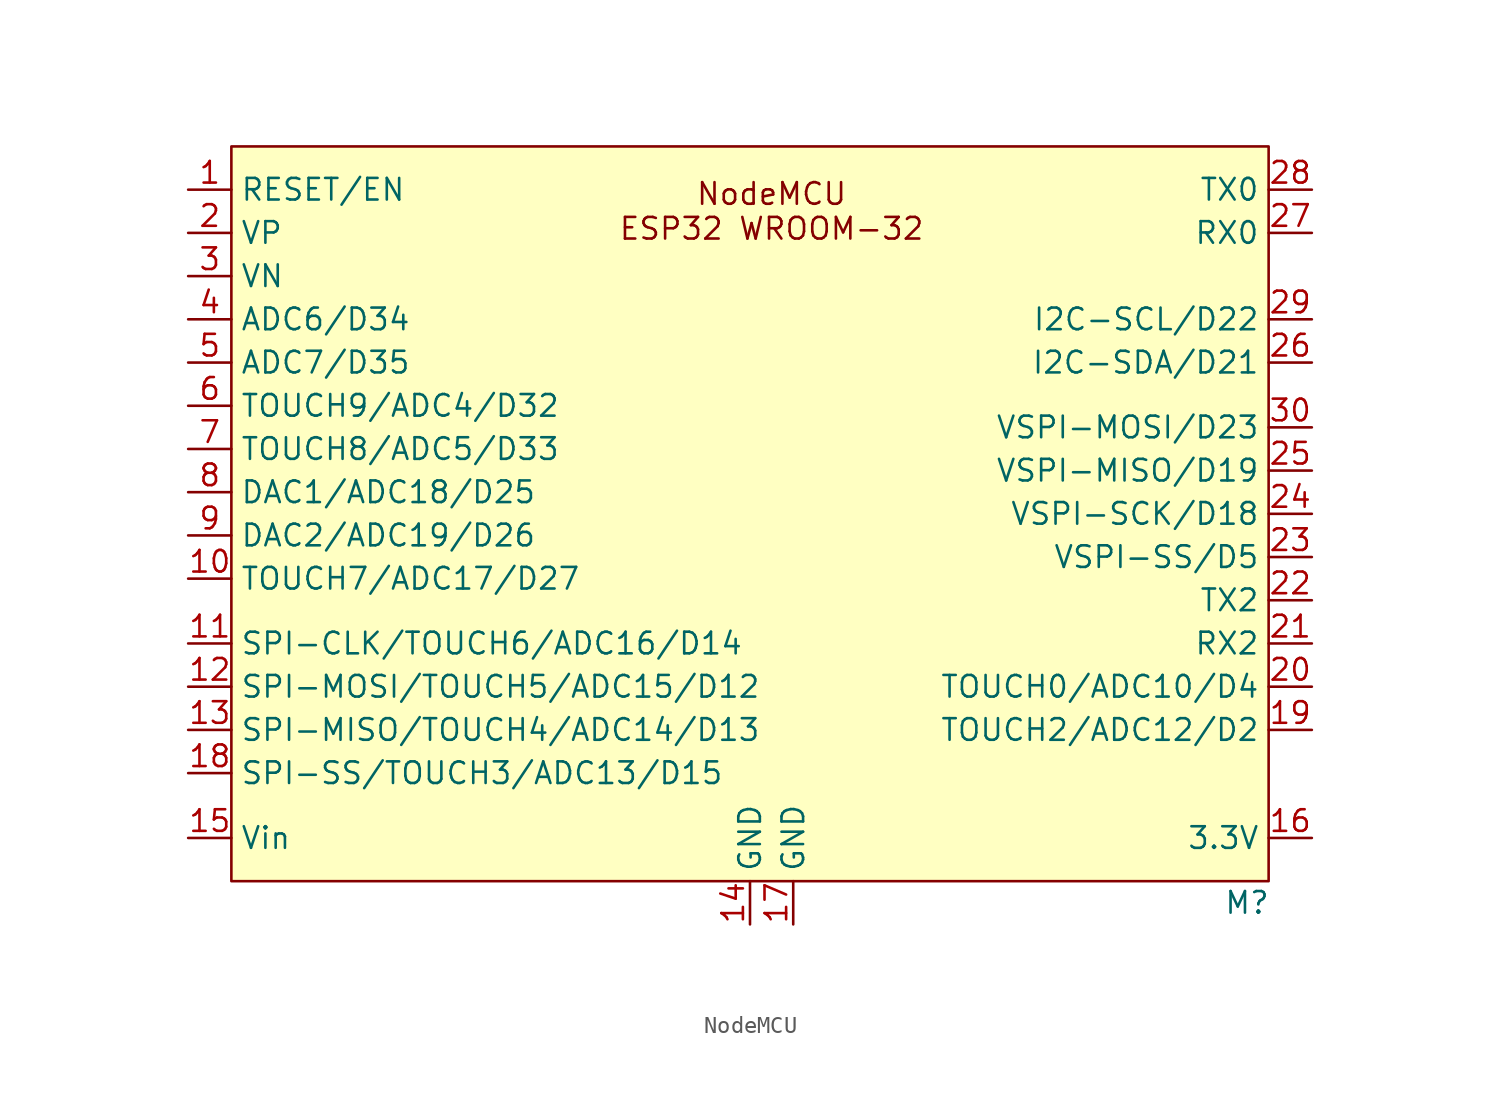
<source format=kicad_sym>
(kicad_symbol_lib
  (version 20220914)
  (generator kicad_symbol_editor)
  (symbol "NodeMCU"
    (property "Reference" "M"
      (at 27.94 -26.67 0)
      (effects (font (size 1.27 1.27))))
    (property "Value" ""
      (at 0 0 0)
      (effects (font (size 1.27 1.27))))
    (symbol "NodeMCU_1_1"
      (rectangle (start -31.75 17.78) (end 29.21 -25.4) (stroke (width 0) (type default)) (fill (type background)))
      (text "NodeMCU\nESP32 WROOM-32" (at 0 13.97 0) (effects (font (size 1.27 1.27))))
      (pin input line (at -34.29 15.24 0) (length 2.54) (name "RESET/EN" (effects (font (size 1.27 1.27)))) (number "1" (effects (font (size 1.27 1.27)))))
      (pin bidirectional line (at -34.29 -7.62 0) (length 2.54) (name "TOUCH7/ADC17/D27" (effects (font (size 1.27 1.27)))) (number "10" (effects (font (size 1.27 1.27)))))
      (pin bidirectional line (at -34.29 -11.43 0) (length 2.54) (name "SPI-CLK/TOUCH6/ADC16/D14" (effects (font (size 1.27 1.27)))) (number "11" (effects (font (size 1.27 1.27)))))
      (pin bidirectional line (at -34.29 -13.97 0) (length 2.54) (name "SPI-MOSI/TOUCH5/ADC15/D12" (effects (font (size 1.27 1.27)))) (number "12" (effects (font (size 1.27 1.27)))))
      (pin bidirectional line (at -34.29 -16.51 0) (length 2.54) (name "SPI-MISO/TOUCH4/ADC14/D13" (effects (font (size 1.27 1.27)))) (number "13" (effects (font (size 1.27 1.27)))))
      (pin power_in line (at -1.27 -27.94 90) (length 2.54) (name "GND" (effects (font (size 1.27 1.27)))) (number "14" (effects (font (size 1.27 1.27)))))
      (pin power_in line (at -34.29 -22.86 0) (length 2.54) (name "Vin" (effects (font (size 1.27 1.27)))) (number "15" (effects (font (size 1.27 1.27)))))
      (pin power_in line (at 31.75 -22.86 180) (length 2.54) (name "3.3V" (effects (font (size 1.27 1.27)))) (number "16" (effects (font (size 1.27 1.27)))))
      (pin input line (at 1.27 -27.94 90) (length 2.54) (name "GND" (effects (font (size 1.27 1.27)))) (number "17" (effects (font (size 1.27 1.27)))))
      (pin output line (at -34.29 -19.05 0) (length 2.54) (name "SPI-SS/TOUCH3/ADC13/D15" (effects (font (size 1.27 1.27)))) (number "18" (effects (font (size 1.27 1.27)))))
      (pin bidirectional line (at 31.75 -16.51 180) (length 2.54) (name "TOUCH2/ADC12/D2" (effects (font (size 1.27 1.27)))) (number "19" (effects (font (size 1.27 1.27)))))
      (pin input line (at -34.29 12.7 0) (length 2.54) (name "VP" (effects (font (size 1.27 1.27)))) (number "2" (effects (font (size 1.27 1.27)))))
      (pin bidirectional line (at 31.75 -13.97 180) (length 2.54) (name "TOUCH0/ADC10/D4" (effects (font (size 1.27 1.27)))) (number "20" (effects (font (size 1.27 1.27)))))
      (pin input line (at 31.75 -11.43 180) (length 2.54) (name "RX2" (effects (font (size 1.27 1.27)))) (number "21" (effects (font (size 1.27 1.27)))))
      (pin bidirectional line (at 31.75 -8.89 180) (length 2.54) (name "TX2" (effects (font (size 1.27 1.27)))) (number "22" (effects (font (size 1.27 1.27)))))
      (pin bidirectional line (at 31.75 -6.35 180) (length 2.54) (name "VSPI-SS/D5" (effects (font (size 1.27 1.27)))) (number "23" (effects (font (size 1.27 1.27)))))
      (pin bidirectional line (at 31.75 -3.81 180) (length 2.54) (name "VSPI-SCK/D18" (effects (font (size 1.27 1.27)))) (number "24" (effects (font (size 1.27 1.27)))))
      (pin bidirectional line (at 31.75 -1.27 180) (length 2.54) (name "VSPI-MISO/D19" (effects (font (size 1.27 1.27)))) (number "25" (effects (font (size 1.27 1.27)))))
      (pin bidirectional line (at 31.75 5.08 180) (length 2.54) (name "I2C-SDA/D21" (effects (font (size 1.27 1.27)))) (number "26" (effects (font (size 1.27 1.27)))))
      (pin input line (at 31.75 12.7 180) (length 2.54) (name "RX0" (effects (font (size 1.27 1.27)))) (number "27" (effects (font (size 1.27 1.27)))))
      (pin output line (at 31.75 15.24 180) (length 2.54) (name "TX0" (effects (font (size 1.27 1.27)))) (number "28" (effects (font (size 1.27 1.27)))))
      (pin bidirectional line (at 31.75 7.62 180) (length 2.54) (name "I2C-SCL/D22" (effects (font (size 1.27 1.27)))) (number "29" (effects (font (size 1.27 1.27)))))
      (pin input line (at -34.29 10.16 0) (length 2.54) (name "VN" (effects (font (size 1.27 1.27)))) (number "3" (effects (font (size 1.27 1.27)))))
      (pin output line (at 31.75 1.27 180) (length 2.54) (name "VSPI-MOSI/D23" (effects (font (size 1.27 1.27)))) (number "30" (effects (font (size 1.27 1.27)))))
      (pin bidirectional line (at -34.29 7.62 0) (length 2.54) (name "ADC6/D34" (effects (font (size 1.27 1.27)))) (number "4" (effects (font (size 1.27 1.27)))))
      (pin bidirectional line (at -34.29 5.08 0) (length 2.54) (name "ADC7/D35" (effects (font (size 1.27 1.27)))) (number "5" (effects (font (size 1.27 1.27)))))
      (pin bidirectional line (at -34.29 2.54 0) (length 2.54) (name "TOUCH9/ADC4/D32" (effects (font (size 1.27 1.27)))) (number "6" (effects (font (size 1.27 1.27)))))
      (pin bidirectional line (at -34.29 0 0) (length 2.54) (name "TOUCH8/ADC5/D33" (effects (font (size 1.27 1.27)))) (number "7" (effects (font (size 1.27 1.27)))))
      (pin bidirectional line (at -34.29 -2.54 0) (length 2.54) (name "DAC1/ADC18/D25" (effects (font (size 1.27 1.27)))) (number "8" (effects (font (size 1.27 1.27)))))
      (pin bidirectional line (at -34.29 -5.08 0) (length 2.54) (name "DAC2/ADC19/D26" (effects (font (size 1.27 1.27)))) (number "9" (effects (font (size 1.27 1.27))))))))
</source>
